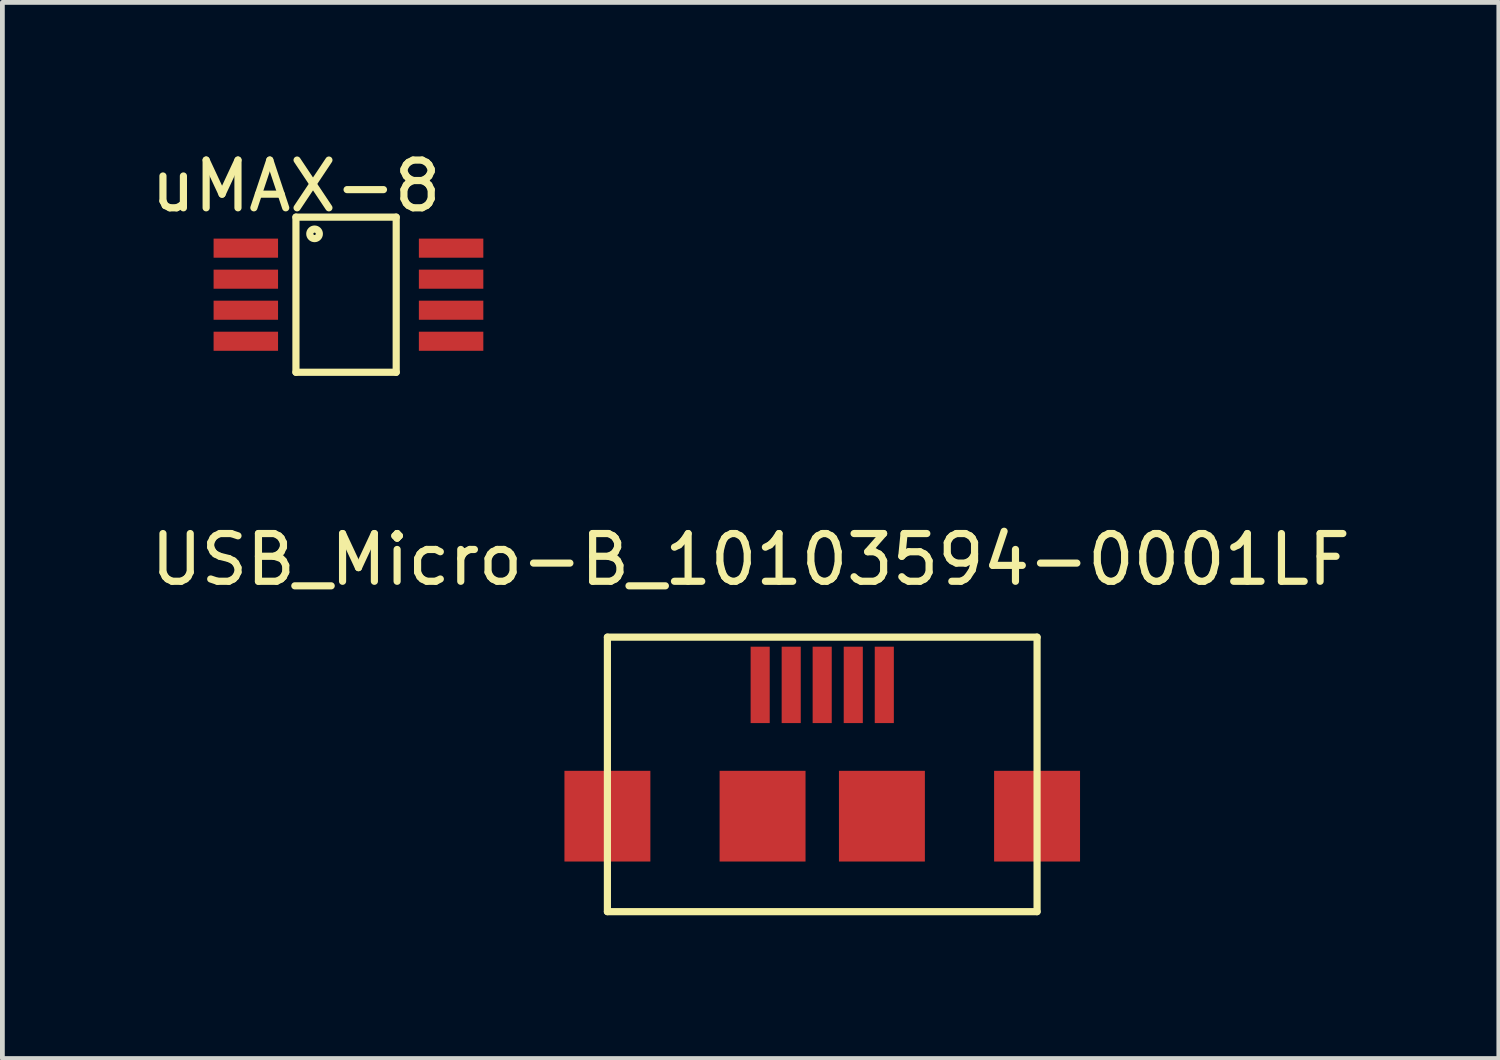
<source format=kicad_pcb>
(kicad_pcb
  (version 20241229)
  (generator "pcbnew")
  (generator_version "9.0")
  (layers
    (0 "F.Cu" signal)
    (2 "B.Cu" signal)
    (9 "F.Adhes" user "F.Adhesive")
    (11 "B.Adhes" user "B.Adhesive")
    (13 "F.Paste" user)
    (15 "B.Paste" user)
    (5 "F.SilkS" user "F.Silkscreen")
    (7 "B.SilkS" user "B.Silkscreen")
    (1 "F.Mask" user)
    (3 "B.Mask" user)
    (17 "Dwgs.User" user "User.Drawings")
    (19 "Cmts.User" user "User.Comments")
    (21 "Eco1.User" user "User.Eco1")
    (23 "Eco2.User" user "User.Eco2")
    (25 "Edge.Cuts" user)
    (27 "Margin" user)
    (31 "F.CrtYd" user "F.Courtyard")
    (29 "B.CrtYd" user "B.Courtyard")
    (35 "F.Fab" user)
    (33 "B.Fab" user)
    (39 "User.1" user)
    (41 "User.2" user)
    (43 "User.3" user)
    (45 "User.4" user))
  (footprint "USB_Micro-B_10103594-0001LF"
    (layer "F.Cu")
    (at 14.173 13.296)
    (property "Reference" "USB_Micro-B_10103594-0001LF" (at -1.5 -4.625 0) (layer "F.SilkS") (effects (font (size 1 1) (thickness 0.15))))
    (attr smd)
    (fp_line (start -4.5 -3) (end -4.5 2.75) (stroke (width 0.15) (type solid)) (layer "F.SilkS"))
    (fp_line (start -4.5 -3) (end 4.5 -3) (stroke (width 0.15) (type solid)) (layer "F.SilkS"))
    (fp_line (start 4.5 -3) (end 4.5 2.75) (stroke (width 0.15) (type solid)) (layer "F.SilkS"))
    (fp_line (start 4.5 2.75) (end -4.5 2.75) (stroke (width 0.15) (type solid)) (layer "F.SilkS"))
    (pad "1" smd rect (at -1.3 -2 90) (size 1.6 0.4) (layers "F.Cu" "F.Mask" "F.Paste"))
    (pad "2" smd rect (at -0.65 -2 90) (size 1.6 0.4) (layers "F.Cu" "F.Mask" "F.Paste"))
    (pad "3" smd rect (at -0.001 -2 90) (size 1.6 0.4) (layers "F.Cu" "F.Mask" "F.Paste"))
    (pad "4" smd rect (at 0.65 -2 90) (size 1.6 0.4) (layers "F.Cu" "F.Mask" "F.Paste"))
    (pad "5" smd rect (at 1.3 -2 90) (size 1.6 0.4) (layers "F.Cu" "F.Mask" "F.Paste"))
    (pad "6" smd rect (at -4.5 0.75 90) (size 1.9 1.8) (layers "F.Cu" "F.Mask" "F.Paste"))
    (pad "6" smd rect (at -1.25 0.75 90) (size 1.9 1.8) (layers "F.Cu" "F.Mask" "F.Paste"))
    (pad "6" smd rect (at 1.25 0.75 90) (size 1.9 1.8) (layers "F.Cu" "F.Mask" "F.Paste"))
    (pad "6" smd rect (at 4.5 0.75 90) (size 1.9 1.8) (layers "F.Cu" "F.Mask" "F.Paste")))
  (footprint "uMAX-8"
    (layer "F.Cu")
    (at 2.099 2.148)
    (property "Reference" "uMAX-8" (at 1.05 -1.3 0) (layer "F.SilkS") (effects (font (size 1 1) (thickness 0.15))))
    (attr through_hole)
    (fp_line (start 1.05 -0.65) (end 3.15 -0.65) (stroke (width 0.15) (type solid)) (layer "F.SilkS"))
    (fp_line (start 1.05 2.6) (end 1.05 -0.65) (stroke (width 0.15) (type solid)) (layer "F.SilkS"))
    (fp_line (start 3.15 -0.65) (end 3.15 2.6) (stroke (width 0.15) (type solid)) (layer "F.SilkS"))
    (fp_line (start 3.15 2.6) (end 1.05 2.6) (stroke (width 0.15) (type solid)) (layer "F.SilkS"))
    (fp_circle (center 1.44 -0.3) (end 1.54 -0.3) (stroke (width 0.15) (type solid)) (fill no) (layer "F.SilkS"))
    (pad "1" smd rect (at 0 0) (size 1.35 0.4) (layers "F.Cu" "F.Mask" "F.Paste"))
    (pad "2" smd rect (at 0 0.65) (size 1.35 0.4) (layers "F.Cu" "F.Mask" "F.Paste"))
    (pad "3" smd rect (at 0 1.3) (size 1.35 0.4) (layers "F.Cu" "F.Mask" "F.Paste"))
    (pad "4" smd rect (at 0 1.95) (size 1.35 0.4) (layers "F.Cu" "F.Mask" "F.Paste"))
    (pad "5" smd rect (at 4.3 1.95) (size 1.35 0.4) (layers "F.Cu" "F.Mask" "F.Paste"))
    (pad "6" smd rect (at 4.3 1.3) (size 1.35 0.4) (layers "F.Cu" "F.Mask" "F.Paste"))
    (pad "7" smd rect (at 4.3 0.65) (size 1.35 0.4) (layers "F.Cu" "F.Mask" "F.Paste"))
    (pad "8" smd rect (at 4.3 0) (size 1.35 0.4) (layers "F.Cu" "F.Mask" "F.Paste")))
  (gr_rect
    (start -3 -3)
    (end 28.345 19.122)
    (stroke (width 0.1) (type default))
    (fill no)
    (layer "Edge.Cuts")))
</source>
